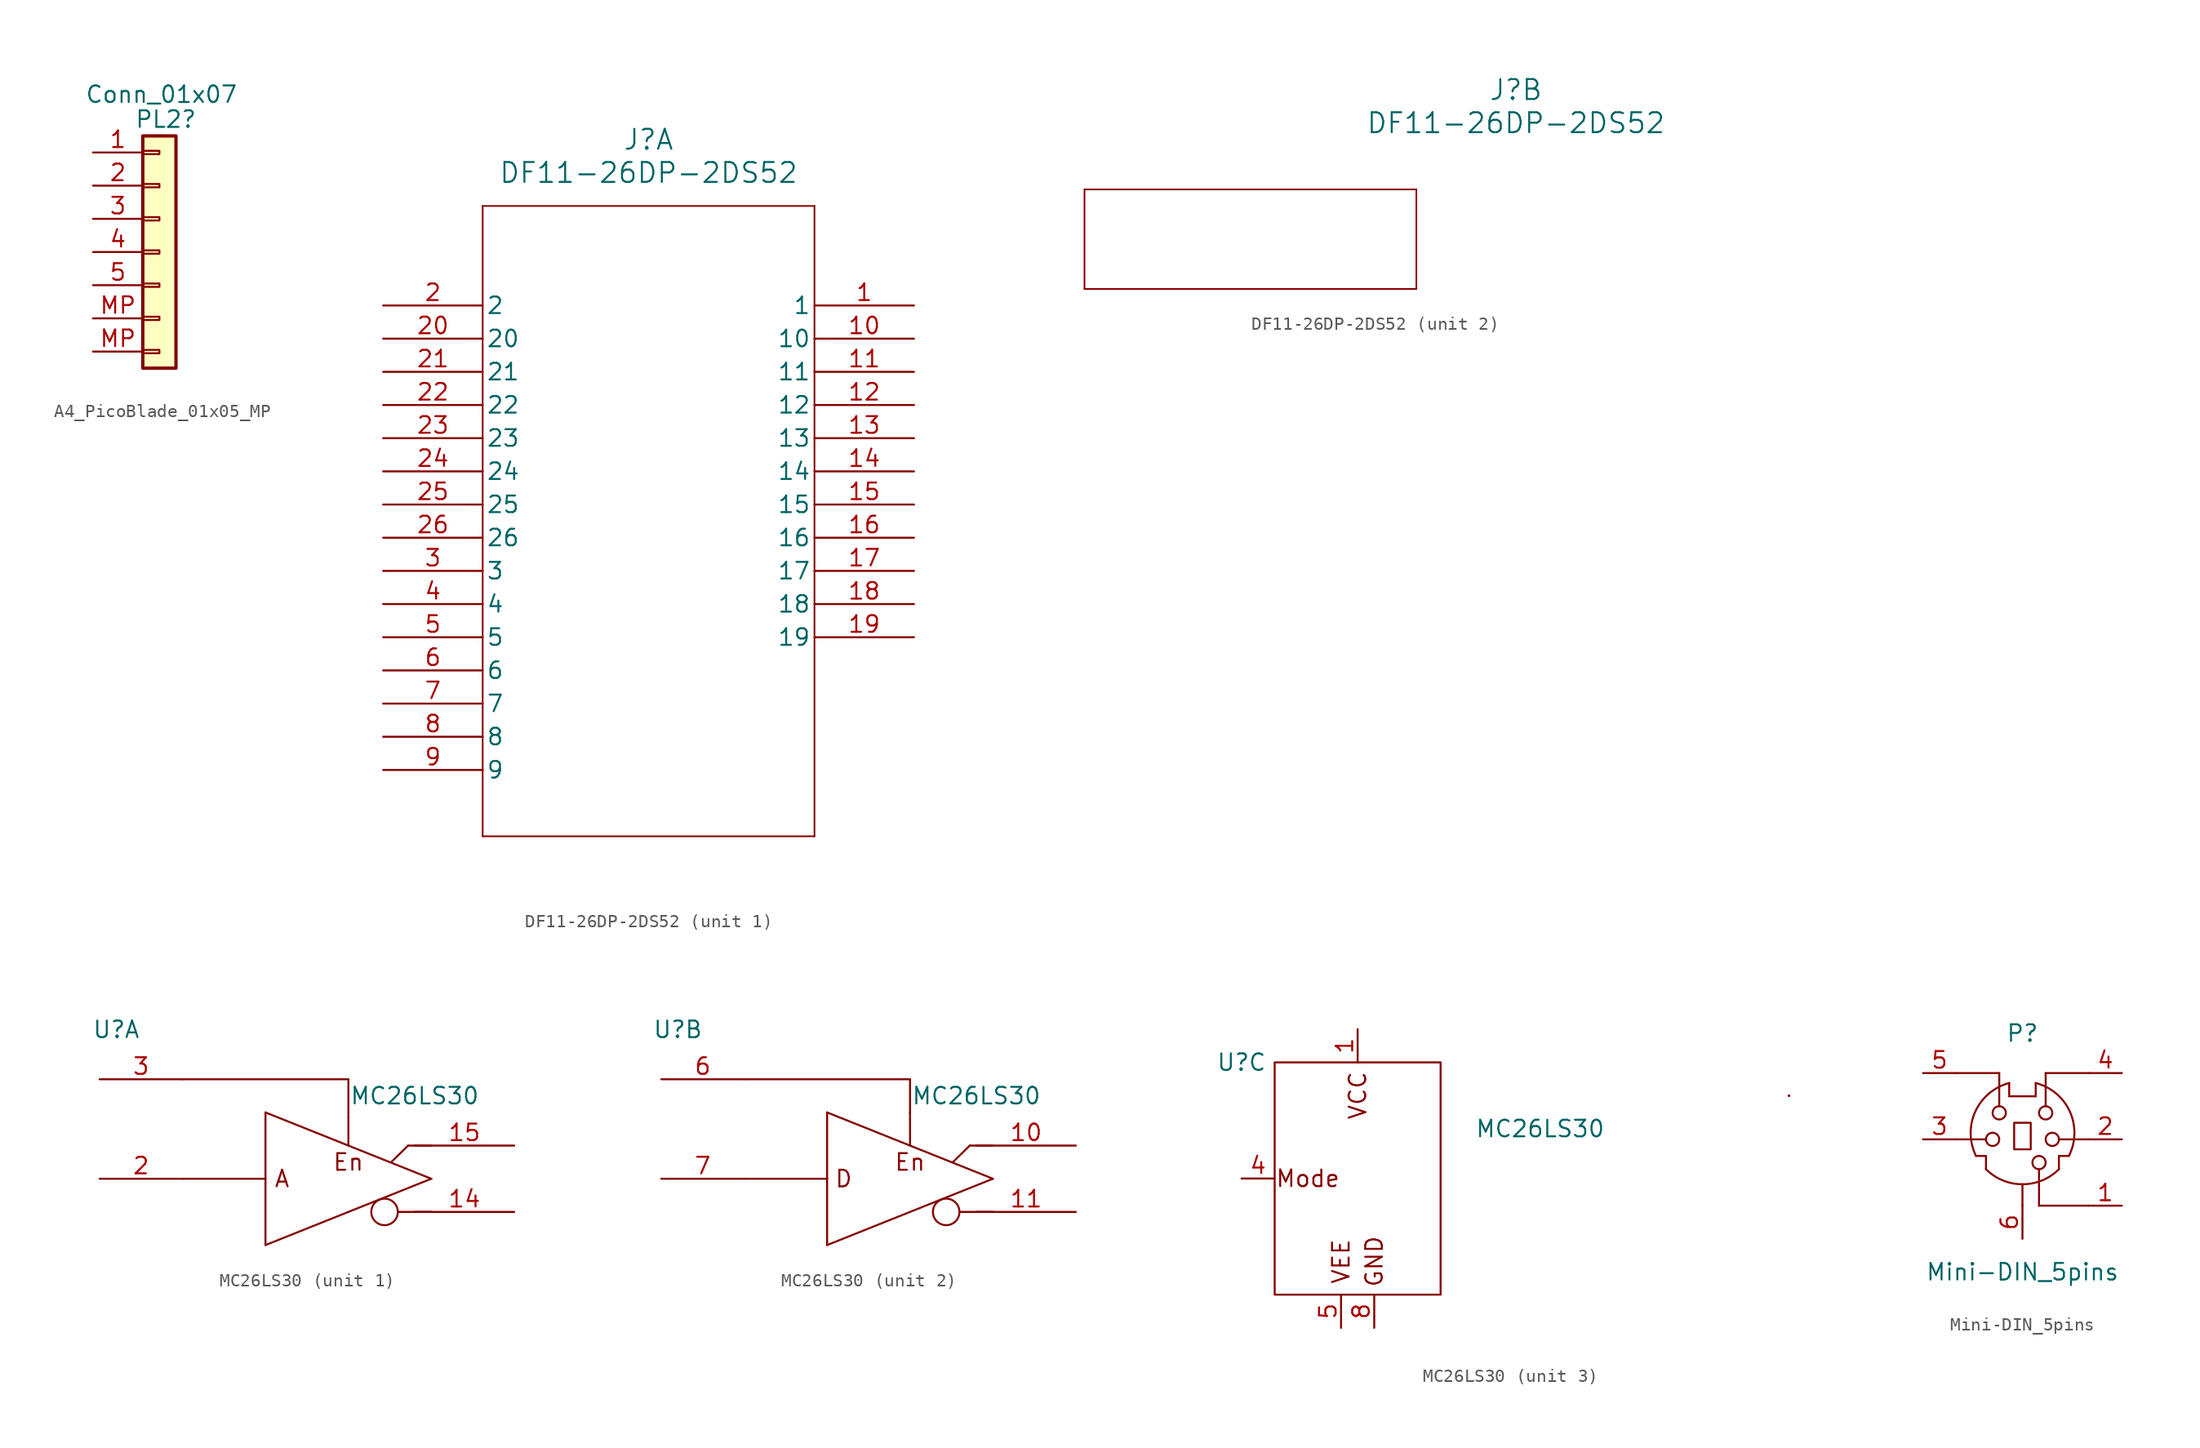
<source format=kicad_sym>
(kicad_symbol_lib
  (version 20220914)
  (generator kicad_symbol_editor)
  (symbol "A4_PicoBlade_01x05_MP"
    (pin_names
      (offset 1.016) hide)
    (property "Reference" "PL2"
      (at -1.905 10.16 0)
      (effects (font (size 1.27 1.27)) (justify left)))
    (property "Value" "Conn_01x07"
      (at -5.715 12.065 0)
      (effects (font (size 1.27 1.27)) (justify left)))
    (symbol "A4_PicoBlade_01x05_MP_1_1"
      (rectangle (start -1.27 -7.493) (end 0 -7.747) (stroke (width 0.152) (type default)) (fill (type none)))
      (rectangle (start -1.27 -4.953) (end 0 -5.207) (stroke (width 0.152) (type default)) (fill (type none)))
      (rectangle (start -1.27 -2.413) (end 0 -2.667) (stroke (width 0.152) (type default)) (fill (type none)))
      (rectangle (start -1.27 0.127) (end 0 -0.127) (stroke (width 0.152) (type default)) (fill (type none)))
      (rectangle (start -1.27 2.667) (end 0 2.413) (stroke (width 0.152) (type default)) (fill (type none)))
      (rectangle (start -1.27 5.207) (end 0 4.953) (stroke (width 0.152) (type default)) (fill (type none)))
      (rectangle (start -1.27 7.747) (end 0 7.493) (stroke (width 0.152) (type default)) (fill (type none)))
      (rectangle (start -1.27 8.89) (end 1.27 -8.89) (stroke (width 0.254) (type default)) (fill (type background)))
      (pin passive line (at -5.08 7.62 0) (length 3.81) (name "Pin_1" (effects (font (size 1.27 1.27)))) (number "1" (effects (font (size 1.27 1.27)))))
      (pin passive line (at -5.08 5.08 0) (length 3.81) (name "Pin_2" (effects (font (size 1.27 1.27)))) (number "2" (effects (font (size 1.27 1.27)))))
      (pin passive line (at -5.08 2.54 0) (length 3.81) (name "Pin_3" (effects (font (size 1.27 1.27)))) (number "3" (effects (font (size 1.27 1.27)))))
      (pin passive line (at -5.08 0 0) (length 3.81) (name "Pin_4" (effects (font (size 1.27 1.27)))) (number "4" (effects (font (size 1.27 1.27)))))
      (pin passive line (at -5.08 -2.54 0) (length 3.81) (name "Pin_5" (effects (font (size 1.27 1.27)))) (number "5" (effects (font (size 1.27 1.27)))))
      (pin passive line (at -5.08 -5.08 0) (length 3.81) (name "Pin_6" (effects (font (size 1.27 1.27)))) (number "MP" (effects (font (size 1.27 1.27)))))
      (pin passive line (at -5.08 -7.62 0) (length 3.81) (name "Pin_7" (effects (font (size 1.27 1.27)))) (number "MP" (effects (font (size 1.27 1.27)))))))
  (symbol "DF11-26DP-2DS52"
    (pin_names
      (offset 0.254))
    (property "Reference" "J"
      (at 20.32 12.7 0)
      (effects (font (size 1.524 1.524))))
    (property "Value" "DF11-26DP-2DS52"
      (at 20.32 10.16 0)
      (effects (font (size 1.524 1.524))))
    (property "ki_locked" ""
      (at 0 0 0)
      (effects (font (size 1.27 1.27))))
    (symbol "DF11-26DP-2DS52_1_1"
      (polyline (pts (xy 7.62 -40.64) (xy 33.02 -40.64)) (stroke (width 0.127) (type default)) (fill (type none)))
      (polyline (pts (xy 7.62 7.62) (xy 7.62 -40.64)) (stroke (width 0.127) (type default)) (fill (type none)))
      (polyline (pts (xy 33.02 -40.64) (xy 33.02 7.62)) (stroke (width 0.127) (type default)) (fill (type none)))
      (polyline (pts (xy 33.02 7.62) (xy 7.62 7.62)) (stroke (width 0.127) (type default)) (fill (type none)))
      (pin unspecified line (at 40.64 0 180) (length 7.62) (name "1" (effects (font (size 1.27 1.27)))) (number "1" (effects (font (size 1.27 1.27)))))
      (pin unspecified line (at 40.64 -2.54 180) (length 7.62) (name "10" (effects (font (size 1.27 1.27)))) (number "10" (effects (font (size 1.27 1.27)))))
      (pin unspecified line (at 40.64 -5.08 180) (length 7.62) (name "11" (effects (font (size 1.27 1.27)))) (number "11" (effects (font (size 1.27 1.27)))))
      (pin unspecified line (at 40.64 -7.62 180) (length 7.62) (name "12" (effects (font (size 1.27 1.27)))) (number "12" (effects (font (size 1.27 1.27)))))
      (pin unspecified line (at 40.64 -10.16 180) (length 7.62) (name "13" (effects (font (size 1.27 1.27)))) (number "13" (effects (font (size 1.27 1.27)))))
      (pin unspecified line (at 40.64 -12.7 180) (length 7.62) (name "14" (effects (font (size 1.27 1.27)))) (number "14" (effects (font (size 1.27 1.27)))))
      (pin unspecified line (at 40.64 -15.24 180) (length 7.62) (name "15" (effects (font (size 1.27 1.27)))) (number "15" (effects (font (size 1.27 1.27)))))
      (pin unspecified line (at 40.64 -17.78 180) (length 7.62) (name "16" (effects (font (size 1.27 1.27)))) (number "16" (effects (font (size 1.27 1.27)))))
      (pin unspecified line (at 40.64 -20.32 180) (length 7.62) (name "17" (effects (font (size 1.27 1.27)))) (number "17" (effects (font (size 1.27 1.27)))))
      (pin unspecified line (at 40.64 -22.86 180) (length 7.62) (name "18" (effects (font (size 1.27 1.27)))) (number "18" (effects (font (size 1.27 1.27)))))
      (pin unspecified line (at 40.64 -25.4 180) (length 7.62) (name "19" (effects (font (size 1.27 1.27)))) (number "19" (effects (font (size 1.27 1.27)))))
      (pin unspecified line (at 0 0 0) (length 7.62) (name "2" (effects (font (size 1.27 1.27)))) (number "2" (effects (font (size 1.27 1.27)))))
      (pin unspecified line (at 0 -2.54 0) (length 7.62) (name "20" (effects (font (size 1.27 1.27)))) (number "20" (effects (font (size 1.27 1.27)))))
      (pin unspecified line (at 0 -5.08 0) (length 7.62) (name "21" (effects (font (size 1.27 1.27)))) (number "21" (effects (font (size 1.27 1.27)))))
      (pin unspecified line (at 0 -7.62 0) (length 7.62) (name "22" (effects (font (size 1.27 1.27)))) (number "22" (effects (font (size 1.27 1.27)))))
      (pin unspecified line (at 0 -10.16 0) (length 7.62) (name "23" (effects (font (size 1.27 1.27)))) (number "23" (effects (font (size 1.27 1.27)))))
      (pin unspecified line (at 0 -12.7 0) (length 7.62) (name "24" (effects (font (size 1.27 1.27)))) (number "24" (effects (font (size 1.27 1.27)))))
      (pin unspecified line (at 0 -15.24 0) (length 7.62) (name "25" (effects (font (size 1.27 1.27)))) (number "25" (effects (font (size 1.27 1.27)))))
      (pin unspecified line (at 0 -17.78 0) (length 7.62) (name "26" (effects (font (size 1.27 1.27)))) (number "26" (effects (font (size 1.27 1.27)))))
      (pin unspecified line (at 0 -20.32 0) (length 7.62) (name "3" (effects (font (size 1.27 1.27)))) (number "3" (effects (font (size 1.27 1.27)))))
      (pin unspecified line (at 0 -22.86 0) (length 7.62) (name "4" (effects (font (size 1.27 1.27)))) (number "4" (effects (font (size 1.27 1.27)))))
      (pin unspecified line (at 0 -25.4 0) (length 7.62) (name "5" (effects (font (size 1.27 1.27)))) (number "5" (effects (font (size 1.27 1.27)))))
      (pin unspecified line (at 0 -27.94 0) (length 7.62) (name "6" (effects (font (size 1.27 1.27)))) (number "6" (effects (font (size 1.27 1.27)))))
      (pin unspecified line (at 0 -30.48 0) (length 7.62) (name "7" (effects (font (size 1.27 1.27)))) (number "7" (effects (font (size 1.27 1.27)))))
      (pin unspecified line (at 0 -33.02 0) (length 7.62) (name "8" (effects (font (size 1.27 1.27)))) (number "8" (effects (font (size 1.27 1.27)))))
      (pin unspecified line (at 0 -35.56 0) (length 7.62) (name "9" (effects (font (size 1.27 1.27)))) (number "9" (effects (font (size 1.27 1.27))))))
    (symbol "DF11-26DP-2DS52_2_1"
      (polyline (pts (xy -12.7 -2.54) (xy 12.7 -2.54)) (stroke (width 0.127) (type default)) (fill (type none)))
      (polyline (pts (xy -12.7 5.08) (xy -12.7 -2.54)) (stroke (width 0.127) (type default)) (fill (type none)))
      (polyline (pts (xy 12.7 -2.54) (xy 12.7 5.08)) (stroke (width 0.127) (type default)) (fill (type none)))
      (polyline (pts (xy 12.7 5.08) (xy -12.7 5.08)) (stroke (width 0.127) (type default)) (fill (type none)))))
  (symbol "MC26LS30"
    (pin_names
      (offset 1.016) hide)
    (property "Reference" "U"
      (at -17.78 11.43 0)
      (effects (font (size 1.27 1.27))))
    (property "Value" "MC26LS30"
      (at 5.08 6.35 0)
      (effects (font (size 1.27 1.27))))
    (property "ki_locked" ""
      (at 0 0 0)
      (effects (font (size 1.27 1.27))))
    (symbol "MC26LS30_1_0"
      (text "A" (at -5.08 0 0) (effects (font (size 1.27 1.27))))
      (text "En" (at 0 1.27 0) (effects (font (size 1.27 1.27)))))
    (symbol "MC26LS30_1_1"
      (polyline (pts (xy -12.7 0) (xy -6.35 0)) (stroke (width 0) (type default)) (fill (type none)))
      (polyline (pts (xy -12.7 7.62) (xy 0 7.62)) (stroke (width 0) (type default)) (fill (type none)))
      (polyline (pts (xy -6.35 -5.08) (xy 6.35 0)) (stroke (width 0) (type default)) (fill (type none)))
      (polyline (pts (xy -6.35 5.08) (xy -6.35 -5.08)) (stroke (width 0) (type default)) (fill (type none)))
      (polyline (pts (xy 0 5.08) (xy 0 2.54)) (stroke (width 0) (type default)) (fill (type none)))
      (polyline (pts (xy 0 5.08) (xy 0 7.62)) (stroke (width 0) (type default)) (fill (type none)))
      (polyline (pts (xy 3.81 -2.54) (xy 6.35 -2.54)) (stroke (width 0) (type default)) (fill (type none)))
      (polyline (pts (xy 4.572 2.54) (xy 3.277 1.27)) (stroke (width 0) (type default)) (fill (type none)))
      (polyline (pts (xy 6.35 0) (xy -6.35 5.08)) (stroke (width 0) (type default)) (fill (type none)))
      (polyline (pts (xy 6.35 2.54) (xy 4.572 2.54)) (stroke (width 0) (type default)) (fill (type none)))
      (circle (center 2.769 -2.54) (radius 1.016) (stroke (width 0) (type default)) (fill (type none)))
      (pin tri_state line (at 12.7 -2.54 180) (length 7.62) (name "OutB" (effects (font (size 1.27 1.27)))) (number "14" (effects (font (size 1.27 1.27)))))
      (pin tri_state line (at 12.7 2.54 180) (length 7.62) (name "OutA" (effects (font (size 1.27 1.27)))) (number "15" (effects (font (size 1.27 1.27)))))
      (pin input line (at -19.05 0 0) (length 6.35) (name "InputA" (effects (font (size 1.27 1.27)))) (number "2" (effects (font (size 1.27 1.27)))))
      (pin input line (at -19.05 7.62 0) (length 6.35) (name "/EnableAB" (effects (font (size 1.27 1.27)))) (number "3" (effects (font (size 1.27 1.27))))))
    (symbol "MC26LS30_2_0"
      (text "D" (at -5.08 0 0) (effects (font (size 1.27 1.27))))
      (text "En" (at 0 1.27 0) (effects (font (size 1.27 1.27)))))
    (symbol "MC26LS30_2_1"
      (polyline (pts (xy -12.7 0) (xy -6.35 0)) (stroke (width 0) (type default)) (fill (type none)))
      (polyline (pts (xy -12.7 7.62) (xy 0 7.62)) (stroke (width 0) (type default)) (fill (type none)))
      (polyline (pts (xy -6.35 -5.08) (xy 6.35 0)) (stroke (width 0) (type default)) (fill (type none)))
      (polyline (pts (xy -6.35 5.08) (xy -6.35 -5.08)) (stroke (width 0) (type default)) (fill (type none)))
      (polyline (pts (xy 0 5.08) (xy 0 2.54)) (stroke (width 0) (type default)) (fill (type none)))
      (polyline (pts (xy 0 5.08) (xy 0 7.62)) (stroke (width 0) (type default)) (fill (type none)))
      (polyline (pts (xy 3.81 -2.54) (xy 6.35 -2.54)) (stroke (width 0) (type default)) (fill (type none)))
      (polyline (pts (xy 4.572 2.54) (xy 3.277 1.27)) (stroke (width 0) (type default)) (fill (type none)))
      (polyline (pts (xy 6.35 0) (xy -6.35 5.08)) (stroke (width 0) (type default)) (fill (type none)))
      (polyline (pts (xy 6.35 2.54) (xy 4.572 2.54)) (stroke (width 0) (type default)) (fill (type none)))
      (circle (center 2.769 -2.54) (radius 1.016) (stroke (width 0) (type default)) (fill (type none)))
      (pin tri_state line (at 12.7 2.54 180) (length 7.62) (name "OutD" (effects (font (size 1.27 1.27)))) (number "10" (effects (font (size 1.27 1.27)))))
      (pin tri_state line (at 12.7 -2.54 180) (length 7.62) (name "OutC" (effects (font (size 1.27 1.27)))) (number "11" (effects (font (size 1.27 1.27)))))
      (pin input line (at -19.05 7.62 0) (length 6.35) (name "EnableCD" (effects (font (size 1.27 1.27)))) (number "6" (effects (font (size 1.27 1.27)))))
      (pin input line (at -19.05 0 0) (length 6.35) (name "InputD" (effects (font (size 1.27 1.27)))) (number "7" (effects (font (size 1.27 1.27))))))
    (symbol "MC26LS30_3_0"
      (text "GND" (at -7.62 -3.81 900) (effects (font (size 1.27 1.27))))
      (text "Mode" (at -12.7 2.54 0) (effects (font (size 1.27 1.27))))
      (text "VCC" (at -8.89 8.89 900) (effects (font (size 1.27 1.27))))
      (text "VEE" (at -10.16 -3.81 900) (effects (font (size 1.27 1.27))))
      (pin power_in line (at -8.89 13.97 270) (length 2.54) (name "VCC" (effects (font (size 1.27 1.27)))) (number "1" (effects (font (size 1.27 1.27)))))
      (pin no_connect non_logic (at 0 0 180) (length 2.54) hide (name "" (effects (font (size 1.27 1.27)))) (number "12" (effects (font (size 1.27 1.27)))))
      (pin no_connect non_logic (at 0 -2.54 180) (length 2.54) hide (name "" (effects (font (size 1.27 1.27)))) (number "13" (effects (font (size 1.27 1.27)))))
      (pin no_connect non_logic (at 0 -5.08 180) (length 2.54) hide (name "" (effects (font (size 1.27 1.27)))) (number "16" (effects (font (size 1.27 1.27)))))
      (pin input line (at -17.78 2.54 0) (length 2.54) (name "Mode" (effects (font (size 1.27 1.27)))) (number "4" (effects (font (size 1.27 1.27)))))
      (pin power_in line (at -10.16 -8.89 90) (length 2.54) (name "GND" (effects (font (size 1.27 1.27)))) (number "5" (effects (font (size 1.27 1.27)))))
      (pin power_in line (at -7.62 -8.89 90) (length 2.54) (name "VEE" (effects (font (size 1.27 1.27)))) (number "8" (effects (font (size 1.27 1.27)))))
      (pin no_connect non_logic (at 0 2.54 180) (length 2.54) hide (name "" (effects (font (size 1.27 1.27)))) (number "9" (effects (font (size 1.27 1.27))))))
    (symbol "MC26LS30_3_1"
      (rectangle (start -15.24 11.43) (end -2.54 -6.35) (stroke (width 0) (type default)) (fill (type none)))
      (polyline (pts (xy 24.13 8.89) (xy 24.13 8.89)) (stroke (width 0) (type default)) (fill (type none)))
      (polyline (pts (xy 24.13 8.89) (xy 24.13 8.89)) (stroke (width 0) (type default)) (fill (type none)))
      (rectangle (start 24.13 8.89) (end 24.13 8.89) (stroke (width 0) (type default)) (fill (type none)))
      (rectangle (start 24.13 8.89) (end 24.13 8.89) (stroke (width 0) (type default)) (fill (type none)))
      (rectangle (start 24.13 8.89) (end 24.13 8.89) (stroke (width 0) (type default)) (fill (type none)))
      (rectangle (start 24.13 8.89) (end 24.13 8.89) (stroke (width 0) (type default)) (fill (type none)))
      (rectangle (start 24.13 8.89) (end 24.13 8.89) (stroke (width 0) (type default)) (fill (type none)))
      (rectangle (start 24.13 8.89) (end 24.13 8.89) (stroke (width 0) (type default)) (fill (type none)))
      (rectangle (start 24.13 8.89) (end 24.13 8.89) (stroke (width 0) (type default)) (fill (type none)))
      (rectangle (start 24.13 8.89) (end 24.13 8.89) (stroke (width 0) (type default)) (fill (type none)))
      (rectangle (start 24.13 8.89) (end 24.13 8.89) (stroke (width 0) (type default)) (fill (type none)))
      (rectangle (start 24.13 8.89) (end 24.13 8.89) (stroke (width 0) (type default)) (fill (type none)))
      (rectangle (start 24.13 8.89) (end 24.13 8.89) (stroke (width 0) (type default)) (fill (type none)))
      (rectangle (start 24.13 8.89) (end 24.13 8.89) (stroke (width 0) (type default)) (fill (type none)))
      (rectangle (start 24.13 8.89) (end 24.13 8.89) (stroke (width 0) (type default)) (fill (type none)))
      (rectangle (start 24.13 8.89) (end 24.13 8.89) (stroke (width 0) (type default)) (fill (type none)))))
  (symbol "Mini-DIN_5pins"
    (pin_names
      (offset 1.016) hide)
    (property "Reference" "P"
      (at 0 8.128 0)
      (effects (font (size 1.27 1.27))))
    (property "Value" "Mini-DIN_5pins"
      (at 0 -10.16 0)
      (effects (font (size 1.27 1.27))))
    (property "Footprint" ""
      (at 0 0.508 0)
      (effects (font (size 1.27 1.27))))
    (property "Datasheet" ""
      (at 0 0.508 0)
      (effects (font (size 1.27 1.27))))
    (symbol "Mini-DIN_5pins_0_1"
      (arc (start -2.794 -2.286) (mid 0 -3.4433) (end 2.794 -2.286) (stroke (width 0) (type solid)) (fill (type none)))
      (circle (center -2.286 0) (radius 0.508) (stroke (width 0) (type solid)) (fill (type none)))
      (circle (center -1.778 2.032) (radius 0.508) (stroke (width 0) (type solid)) (fill (type none)))
      (arc (start -1.016 4.318) (mid -3.6119 2.131) (end -3.556 -1.27) (stroke (width 0) (type solid)) (fill (type none)))
      (rectangle (start -0.635 1.27) (end 0.635 -0.762) (stroke (width 0) (type solid)) (fill (type none)))
      (polyline (pts (xy -2.794 -1.27) (xy -3.556 -1.27)) (stroke (width 0) (type solid)) (fill (type none)))
      (polyline (pts (xy -2.794 -1.27) (xy -2.794 -2.286)) (stroke (width 0) (type solid)) (fill (type none)))
      (polyline (pts (xy -2.794 0) (xy -5.08 0)) (stroke (width 0) (type solid)) (fill (type none)))
      (polyline (pts (xy -1.778 2.54) (xy -1.778 5.08)) (stroke (width 0) (type solid)) (fill (type none)))
      (polyline (pts (xy -1.778 5.08) (xy -5.08 5.08)) (stroke (width 0) (type solid)) (fill (type none)))
      (polyline (pts (xy -1.016 3.302) (xy -1.016 4.318)) (stroke (width 0) (type solid)) (fill (type none)))
      (polyline (pts (xy -1.016 3.302) (xy 1.016 3.302)) (stroke (width 0) (type solid)) (fill (type none)))
      (polyline (pts (xy 0 -3.429) (xy 0 -5.08)) (stroke (width 0) (type solid)) (fill (type none)))
      (polyline (pts (xy 1.016 3.302) (xy 1.016 4.318)) (stroke (width 0) (type solid)) (fill (type none)))
      (polyline (pts (xy 1.27 -5.08) (xy 5.08 -5.08)) (stroke (width 0) (type solid)) (fill (type none)))
      (polyline (pts (xy 1.27 -2.286) (xy 1.27 -5.08)) (stroke (width 0) (type solid)) (fill (type none)))
      (polyline (pts (xy 1.778 2.54) (xy 1.778 5.08)) (stroke (width 0) (type solid)) (fill (type none)))
      (polyline (pts (xy 1.778 5.08) (xy 5.08 5.08)) (stroke (width 0) (type solid)) (fill (type none)))
      (polyline (pts (xy 2.794 -1.27) (xy 2.794 -2.286)) (stroke (width 0) (type solid)) (fill (type none)))
      (polyline (pts (xy 2.794 -1.27) (xy 3.556 -1.27)) (stroke (width 0) (type solid)) (fill (type none)))
      (polyline (pts (xy 2.794 0) (xy 5.08 0)) (stroke (width 0) (type solid)) (fill (type none)))
      (circle (center 1.27 -1.778) (radius 0.508) (stroke (width 0) (type solid)) (fill (type none)))
      (circle (center 1.778 2.032) (radius 0.508) (stroke (width 0) (type solid)) (fill (type none)))
      (circle (center 2.286 0) (radius 0.508) (stroke (width 0) (type solid)) (fill (type none)))
      (arc (start 3.556 -1.27) (mid 3.6268 2.1377) (end 1.016 4.318) (stroke (width 0) (type solid)) (fill (type none))))
    (symbol "Mini-DIN_5pins_1_1"
      (pin passive line (at 7.62 -5.08 180) (length 2.54) (name "1" (effects (font (size 1.27 1.27)))) (number "1" (effects (font (size 1.27 1.27)))))
      (pin passive line (at 7.62 0 180) (length 2.54) (name "2" (effects (font (size 1.27 1.27)))) (number "2" (effects (font (size 1.27 1.27)))))
      (pin passive line (at -7.62 0 0) (length 2.54) (name "3" (effects (font (size 1.27 1.27)))) (number "3" (effects (font (size 1.27 1.27)))))
      (pin passive line (at 7.62 5.08 180) (length 2.54) (name "4" (effects (font (size 1.27 1.27)))) (number "4" (effects (font (size 1.27 1.27)))))
      (pin passive line (at -7.62 5.08 0) (length 2.54) (name "5" (effects (font (size 1.27 1.27)))) (number "5" (effects (font (size 1.27 1.27)))))
      (pin passive line (at 0 -7.62 90) (length 2.54) (name "Shell" (effects (font (size 1.27 1.27)))) (number "6" (effects (font (size 1.27 1.27))))))))
</source>
